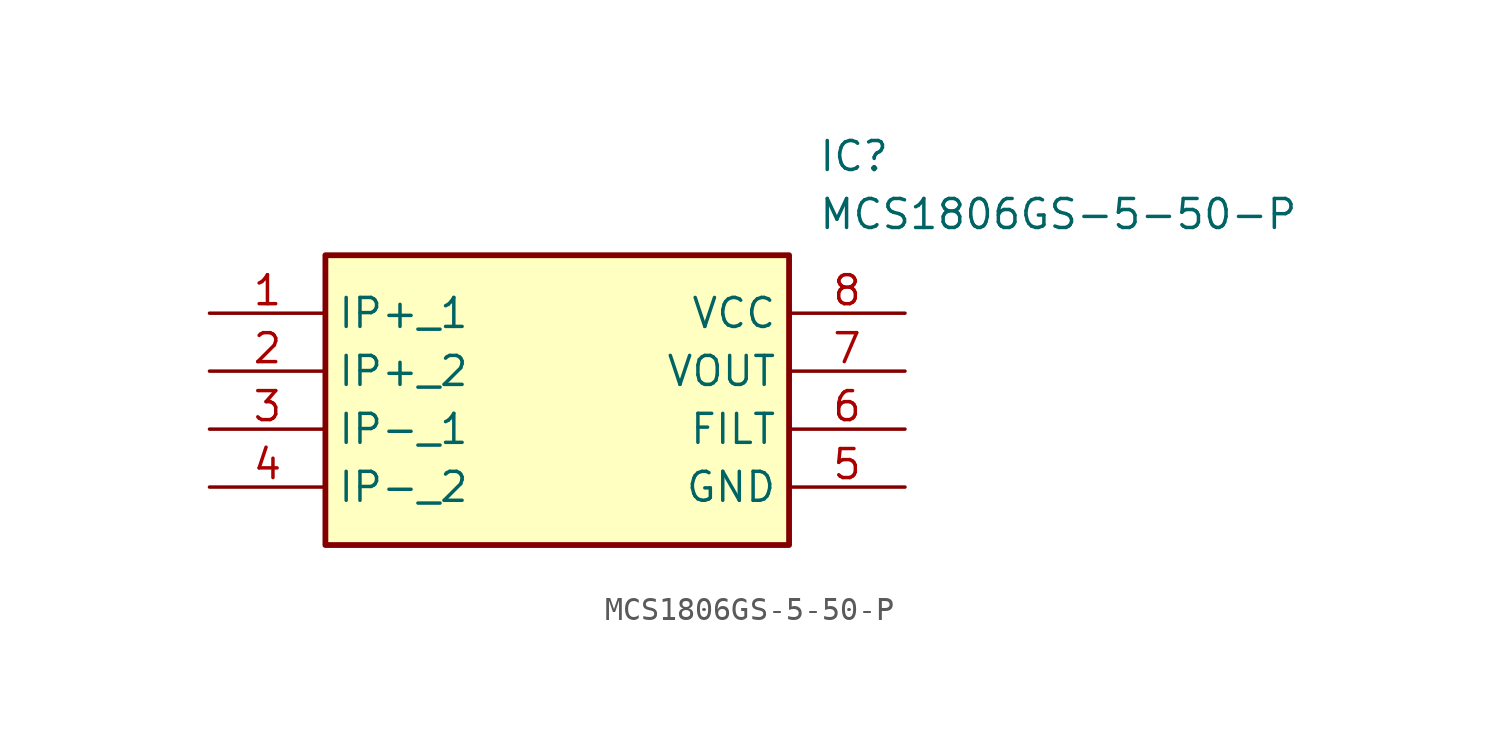
<source format=kicad_sym>
(kicad_symbol_lib
  (version 20211014)
  (generator SamacSys_ECAD_Model)
  (symbol "MCS1806GS-5-50-P"
    (property "Reference" "IC"
      (at 26.67 7.62 0)
      (effects (font (size 1.27 1.27)) (justify left top)))
    (property "Value" "MCS1806GS-5-50-P"
      (at 26.67 5.08 0)
      (effects (font (size 1.27 1.27)) (justify left top)))
    (rectangle
      (start 5.08 2.54)
      (end 25.4 -10.16)
      (stroke (width 0.254) (type default))
      (fill (type background)))
    (pin passive line
      (at 0 0 0)
      (length 5.08)
      (name "IP+_1" (effects (font (size 1.27 1.27))))
      (number "1" (effects (font (size 1.27 1.27)))))
    (pin passive line
      (at 0 -2.54 0)
      (length 5.08)
      (name "IP+_2" (effects (font (size 1.27 1.27))))
      (number "2" (effects (font (size 1.27 1.27)))))
    (pin passive line
      (at 0 -5.08 0)
      (length 5.08)
      (name "IP-_1" (effects (font (size 1.27 1.27))))
      (number "3" (effects (font (size 1.27 1.27)))))
    (pin passive line
      (at 0 -7.62 0)
      (length 5.08)
      (name "IP-_2" (effects (font (size 1.27 1.27))))
      (number "4" (effects (font (size 1.27 1.27)))))
    (pin passive line
      (at 30.48 0 180)
      (length 5.08)
      (name "VCC" (effects (font (size 1.27 1.27))))
      (number "8" (effects (font (size 1.27 1.27)))))
    (pin passive line
      (at 30.48 -2.54 180)
      (length 5.08)
      (name "VOUT" (effects (font (size 1.27 1.27))))
      (number "7" (effects (font (size 1.27 1.27)))))
    (pin passive line
      (at 30.48 -5.08 180)
      (length 5.08)
      (name "FILT" (effects (font (size 1.27 1.27))))
      (number "6" (effects (font (size 1.27 1.27)))))
    (pin passive line
      (at 30.48 -7.62 180)
      (length 5.08)
      (name "GND" (effects (font (size 1.27 1.27))))
      (number "5" (effects (font (size 1.27 1.27)))))))
</source>
